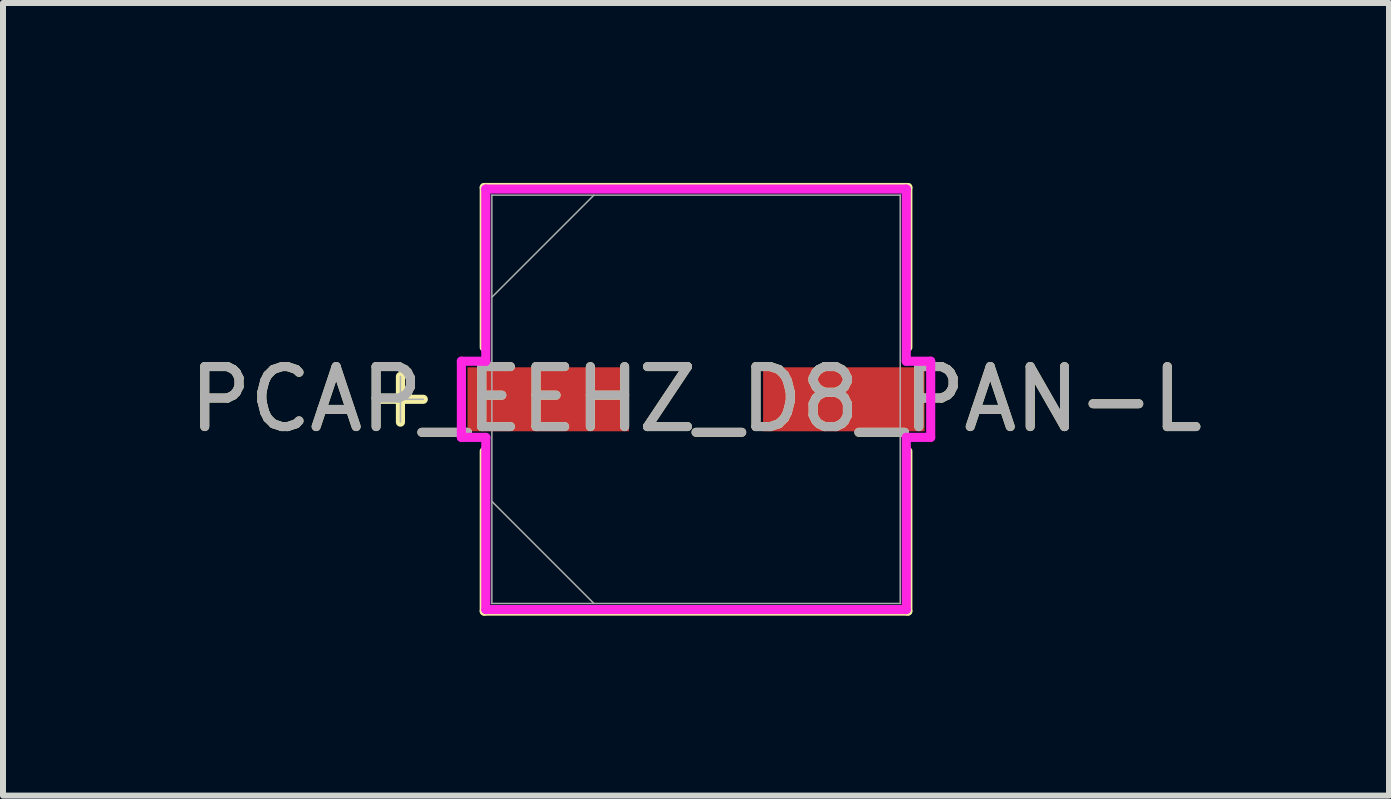
<source format=kicad_pcb>
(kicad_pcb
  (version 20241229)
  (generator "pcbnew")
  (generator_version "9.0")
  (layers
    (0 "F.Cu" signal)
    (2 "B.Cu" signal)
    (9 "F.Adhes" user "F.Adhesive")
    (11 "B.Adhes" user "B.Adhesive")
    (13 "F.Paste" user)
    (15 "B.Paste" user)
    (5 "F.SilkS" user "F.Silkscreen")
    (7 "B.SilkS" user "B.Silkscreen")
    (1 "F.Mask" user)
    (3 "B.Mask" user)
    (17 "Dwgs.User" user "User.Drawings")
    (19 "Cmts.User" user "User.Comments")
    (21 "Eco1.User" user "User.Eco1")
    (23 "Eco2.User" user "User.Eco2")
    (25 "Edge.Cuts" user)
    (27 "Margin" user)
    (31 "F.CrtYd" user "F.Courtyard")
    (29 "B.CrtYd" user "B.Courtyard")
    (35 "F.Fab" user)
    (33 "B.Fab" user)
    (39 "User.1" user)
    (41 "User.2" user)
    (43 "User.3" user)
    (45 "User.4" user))
  (footprint "PCAP_EEHZ_D8_PAN-L"
    (layer "F.Cu")
    (at 8.554 3.607)
    (property "Reference" "PCAP_EEHZ_D8_PAN-L" (at 0 0 0) (unlocked yes) (layer "F.SilkS") (effects (font (size 1 1) (thickness 0.15))))
    (attr smd)
    (fp_line (start -4.928 -0.381) (end -4.928 0.381) (stroke (width 0.152) (type solid)) (layer "F.SilkS"))
    (fp_line (start -4.547 0) (end -5.309 0) (stroke (width 0.152) (type solid)) (layer "F.SilkS"))
    (fp_line (start -3.531 -3.531) (end -3.531 -0.866) (stroke (width 0.152) (type solid)) (layer "F.SilkS"))
    (fp_line (start -3.531 0.866) (end -3.531 3.531) (stroke (width 0.152) (type solid)) (layer "F.SilkS"))
    (fp_line (start -3.531 3.531) (end 3.531 3.531) (stroke (width 0.152) (type solid)) (layer "F.SilkS"))
    (fp_line (start 3.531 -3.531) (end -3.531 -3.531) (stroke (width 0.152) (type solid)) (layer "F.SilkS"))
    (fp_line (start 3.531 -0.866) (end 3.531 -3.531) (stroke (width 0.152) (type solid)) (layer "F.SilkS"))
    (fp_line (start 3.531 3.531) (end 3.531 0.866) (stroke (width 0.152) (type solid)) (layer "F.SilkS"))
    (fp_line (start -3.912 -0.635) (end -3.505 -0.635) (stroke (width 0.152) (type solid)) (layer "F.CrtYd"))
    (fp_line (start -3.912 0.635) (end -3.912 -0.635) (stroke (width 0.152) (type solid)) (layer "F.CrtYd"))
    (fp_line (start -3.505 -3.505) (end 3.505 -3.505) (stroke (width 0.152) (type solid)) (layer "F.CrtYd"))
    (fp_line (start -3.505 -0.635) (end -3.505 -3.505) (stroke (width 0.152) (type solid)) (layer "F.CrtYd"))
    (fp_line (start -3.505 0.635) (end -3.912 0.635) (stroke (width 0.152) (type solid)) (layer "F.CrtYd"))
    (fp_line (start -3.505 3.505) (end -3.505 0.635) (stroke (width 0.152) (type solid)) (layer "F.CrtYd"))
    (fp_line (start 3.505 -3.505) (end 3.505 -0.635) (stroke (width 0.152) (type solid)) (layer "F.CrtYd"))
    (fp_line (start 3.505 -0.635) (end 3.912 -0.635) (stroke (width 0.152) (type solid)) (layer "F.CrtYd"))
    (fp_line (start 3.505 0.635) (end 3.505 3.505) (stroke (width 0.152) (type solid)) (layer "F.CrtYd"))
    (fp_line (start 3.505 3.505) (end -3.505 3.505) (stroke (width 0.152) (type solid)) (layer "F.CrtYd"))
    (fp_line (start 3.912 -0.635) (end 3.912 0.635) (stroke (width 0.152) (type solid)) (layer "F.CrtYd"))
    (fp_line (start 3.912 0.635) (end 3.505 0.635) (stroke (width 0.152) (type solid)) (layer "F.CrtYd"))
    (fp_line (start -4.928 -0.381) (end -4.928 0.381) (stroke (width 0.025) (type solid)) (layer "F.Fab"))
    (fp_line (start -4.547 0) (end -5.309 0) (stroke (width 0.025) (type solid)) (layer "F.Fab"))
    (fp_line (start -3.404 -3.404) (end -3.404 3.404) (stroke (width 0.025) (type solid)) (layer "F.Fab"))
    (fp_line (start -3.404 -1.702) (end -1.702 -3.404) (stroke (width 0.025) (type solid)) (layer "F.Fab"))
    (fp_line (start -3.404 1.702) (end -1.702 3.404) (stroke (width 0.025) (type solid)) (layer "F.Fab"))
    (fp_line (start -3.404 3.404) (end 3.404 3.404) (stroke (width 0.025) (type solid)) (layer "F.Fab"))
    (fp_line (start 3.404 -3.404) (end -3.404 -3.404) (stroke (width 0.025) (type solid)) (layer "F.Fab"))
    (fp_line (start 3.404 3.404) (end 3.404 -3.404) (stroke (width 0.025) (type solid)) (layer "F.Fab"))
    (fp_text user "${REFERENCE}" (at 0 0 0) (unlocked yes) (layer "F.Fab") (effects (font (size 1 1) (thickness 0.15))))
    (pad "1" smd rect (at -2.464 0) (size 2.692 1.067) (layers "F.Cu" "F.Mask" "F.Paste"))
    (pad "2" smd rect (at 2.464 0) (size 2.692 1.067) (layers "F.Cu" "F.Mask" "F.Paste"))
    (zone (net_name "") (layer "F.Cu") (hatch full 0.508) (connect_pads) (min_thickness 0.254) (filled_areas_thickness no) (keepout (tracks not_allowed) (vias not_allowed) (pads allowed) (copperpour not_allowed) (footprints allowed)) (placement (enabled no)) (fill) (polygon (pts (xy 5.201 0.254) (xy 11.906 0.254) (xy 11.906 3.023) (xy 5.201 3.023))))
    (zone (net_name "") (layer "F.Cu") (hatch full 0.508) (connect_pads) (min_thickness 0.254) (filled_areas_thickness no) (keepout (tracks not_allowed) (vias not_allowed) (pads allowed) (copperpour not_allowed) (footprints allowed)) (placement (enabled no)) (fill) (polygon (pts (xy 5.201 4.191) (xy 11.906 4.191) (xy 11.906 6.96) (xy 5.201 6.96))))
    (zone (net_name "") (layer "F.Cu") (hatch full 0.508) (connect_pads) (min_thickness 0.254) (filled_areas_thickness no) (keepout (tracks not_allowed) (vias not_allowed) (pads allowed) (copperpour not_allowed) (footprints allowed)) (placement (enabled no)) (fill) (polygon (pts (xy 7.487 3.023) (xy 9.62 3.023) (xy 9.62 4.191) (xy 7.487 4.191)))))
  (gr_rect
    (start -3 -3)
    (end 20.107 10.214)
    (stroke (width 0.1) (type default))
    (fill no)
    (layer "Edge.Cuts")))
</source>
